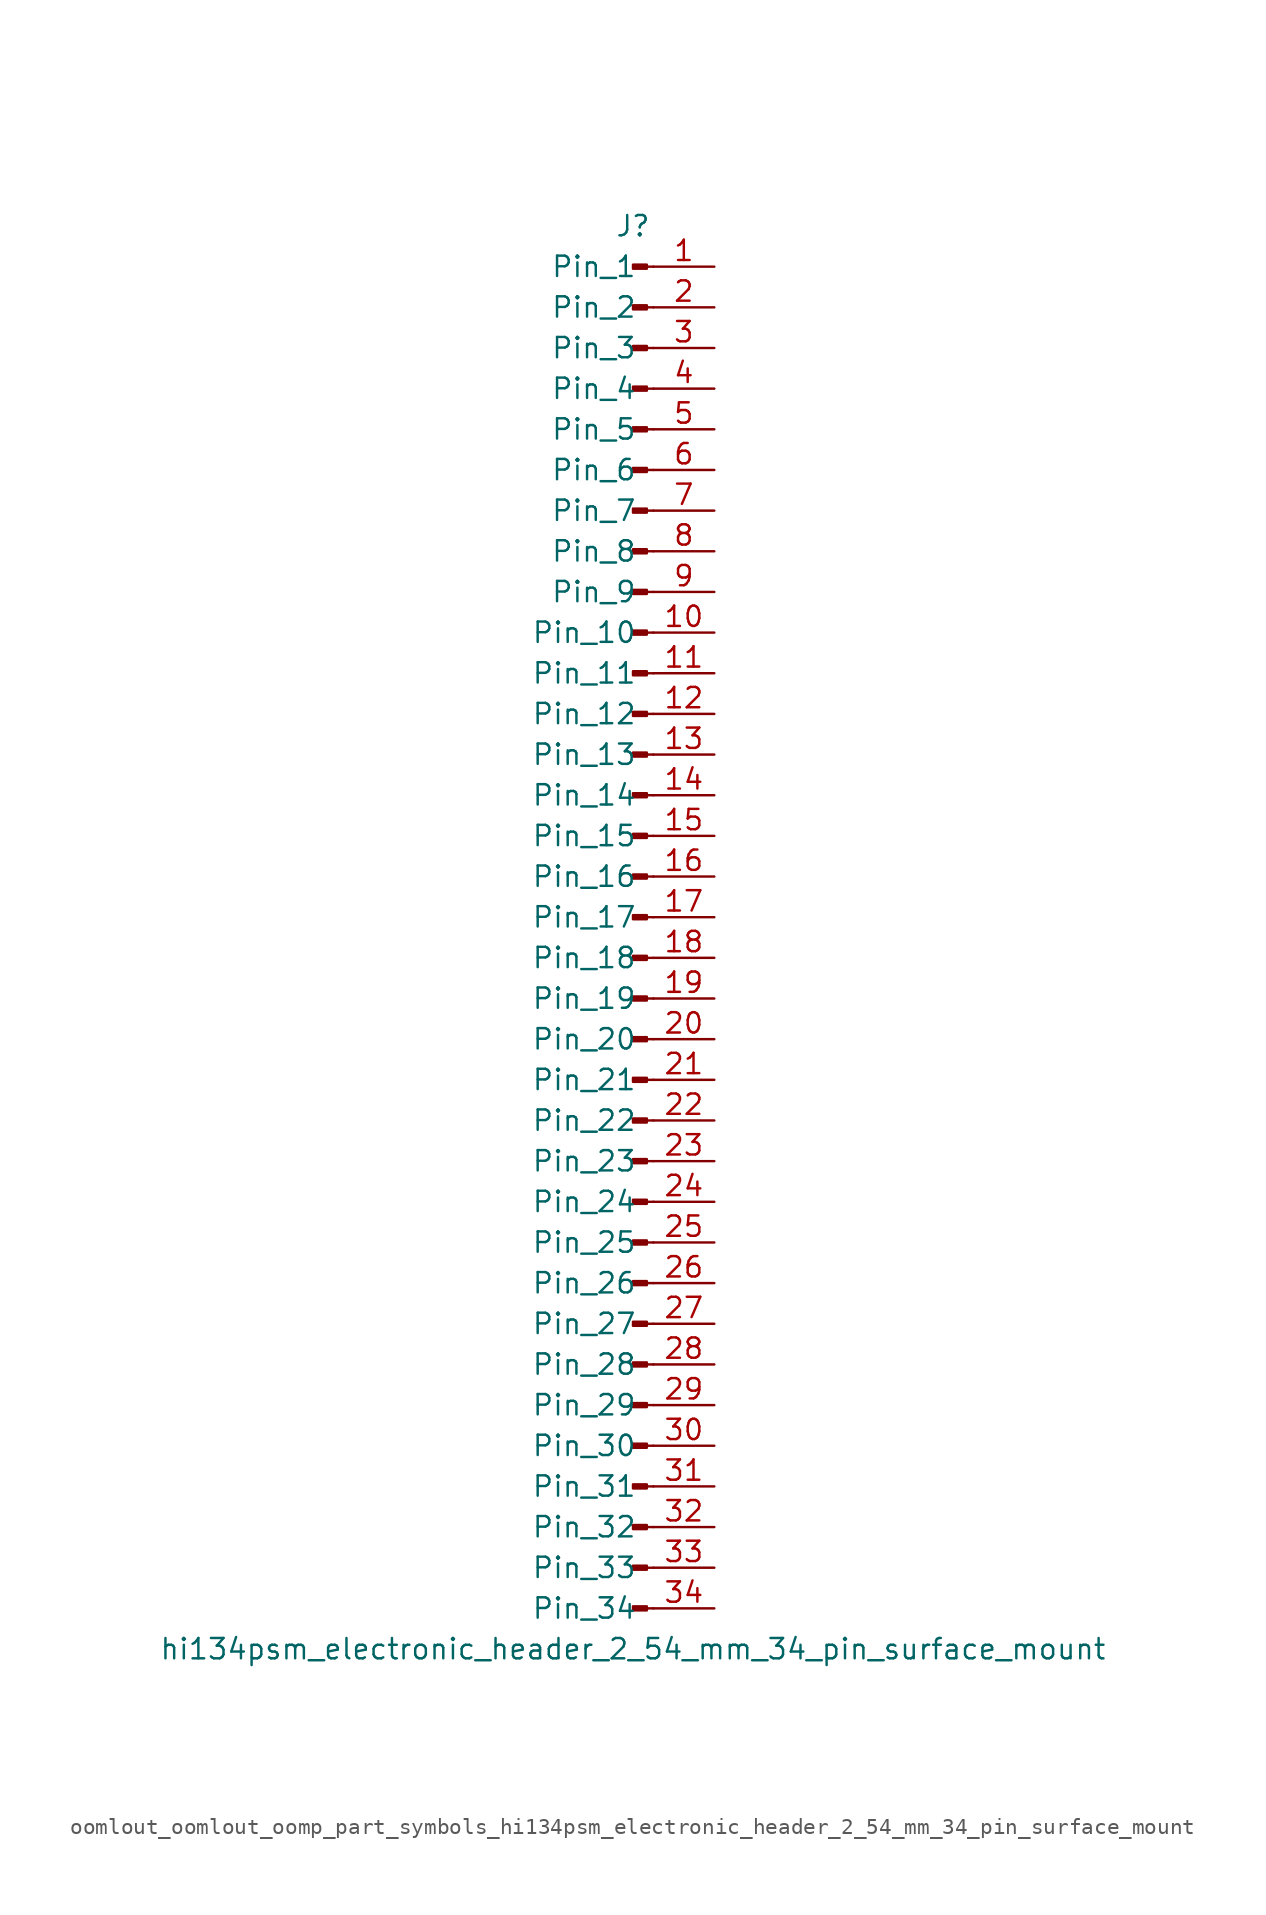
<source format=kicad_sym>
(kicad_symbol_lib
  (version 20220914)
  (generator kicad_symbol_editor)
  (symbol "oomlout_oomlout_oomp_part_symbols_hi134psm_electronic_header_2_54_mm_34_pin_surface_mount"
    (pin_names
      (offset 1.016))
    (property "Reference" "J"
      (at 0 43.18 0)
      (effects (font (size 1.27 1.27))))
    (property "Value" "hi134psm_electronic_header_2_54_mm_34_pin_surface_mount"
      (at 0 -45.72 0)
      (effects (font (size 1.27 1.27))))
    (property "ki_locked" ""
      (at 0 0 0)
      (effects (font (size 1.27 1.27))))
    (symbol "oomlout_oomlout_oomp_part_symbols_hi134psm_electronic_header_2_54_mm_34_pin_surface_mount_1_1"
      (polyline (pts (xy 1.27 -43.18) (xy 0.864 -43.18)) (stroke (width 0.152) (type default)) (fill (type none)))
      (polyline (pts (xy 1.27 -40.64) (xy 0.864 -40.64)) (stroke (width 0.152) (type default)) (fill (type none)))
      (polyline (pts (xy 1.27 -38.1) (xy 0.864 -38.1)) (stroke (width 0.152) (type default)) (fill (type none)))
      (polyline (pts (xy 1.27 -35.56) (xy 0.864 -35.56)) (stroke (width 0.152) (type default)) (fill (type none)))
      (polyline (pts (xy 1.27 -33.02) (xy 0.864 -33.02)) (stroke (width 0.152) (type default)) (fill (type none)))
      (polyline (pts (xy 1.27 -30.48) (xy 0.864 -30.48)) (stroke (width 0.152) (type default)) (fill (type none)))
      (polyline (pts (xy 1.27 -27.94) (xy 0.864 -27.94)) (stroke (width 0.152) (type default)) (fill (type none)))
      (polyline (pts (xy 1.27 -25.4) (xy 0.864 -25.4)) (stroke (width 0.152) (type default)) (fill (type none)))
      (polyline (pts (xy 1.27 -22.86) (xy 0.864 -22.86)) (stroke (width 0.152) (type default)) (fill (type none)))
      (polyline (pts (xy 1.27 -20.32) (xy 0.864 -20.32)) (stroke (width 0.152) (type default)) (fill (type none)))
      (polyline (pts (xy 1.27 -17.78) (xy 0.864 -17.78)) (stroke (width 0.152) (type default)) (fill (type none)))
      (polyline (pts (xy 1.27 -15.24) (xy 0.864 -15.24)) (stroke (width 0.152) (type default)) (fill (type none)))
      (polyline (pts (xy 1.27 -12.7) (xy 0.864 -12.7)) (stroke (width 0.152) (type default)) (fill (type none)))
      (polyline (pts (xy 1.27 -10.16) (xy 0.864 -10.16)) (stroke (width 0.152) (type default)) (fill (type none)))
      (polyline (pts (xy 1.27 -7.62) (xy 0.864 -7.62)) (stroke (width 0.152) (type default)) (fill (type none)))
      (polyline (pts (xy 1.27 -5.08) (xy 0.864 -5.08)) (stroke (width 0.152) (type default)) (fill (type none)))
      (polyline (pts (xy 1.27 -2.54) (xy 0.864 -2.54)) (stroke (width 0.152) (type default)) (fill (type none)))
      (polyline (pts (xy 1.27 0) (xy 0.864 0)) (stroke (width 0.152) (type default)) (fill (type none)))
      (polyline (pts (xy 1.27 2.54) (xy 0.864 2.54)) (stroke (width 0.152) (type default)) (fill (type none)))
      (polyline (pts (xy 1.27 5.08) (xy 0.864 5.08)) (stroke (width 0.152) (type default)) (fill (type none)))
      (polyline (pts (xy 1.27 7.62) (xy 0.864 7.62)) (stroke (width 0.152) (type default)) (fill (type none)))
      (polyline (pts (xy 1.27 10.16) (xy 0.864 10.16)) (stroke (width 0.152) (type default)) (fill (type none)))
      (polyline (pts (xy 1.27 12.7) (xy 0.864 12.7)) (stroke (width 0.152) (type default)) (fill (type none)))
      (polyline (pts (xy 1.27 15.24) (xy 0.864 15.24)) (stroke (width 0.152) (type default)) (fill (type none)))
      (polyline (pts (xy 1.27 17.78) (xy 0.864 17.78)) (stroke (width 0.152) (type default)) (fill (type none)))
      (polyline (pts (xy 1.27 20.32) (xy 0.864 20.32)) (stroke (width 0.152) (type default)) (fill (type none)))
      (polyline (pts (xy 1.27 22.86) (xy 0.864 22.86)) (stroke (width 0.152) (type default)) (fill (type none)))
      (polyline (pts (xy 1.27 25.4) (xy 0.864 25.4)) (stroke (width 0.152) (type default)) (fill (type none)))
      (polyline (pts (xy 1.27 27.94) (xy 0.864 27.94)) (stroke (width 0.152) (type default)) (fill (type none)))
      (polyline (pts (xy 1.27 30.48) (xy 0.864 30.48)) (stroke (width 0.152) (type default)) (fill (type none)))
      (polyline (pts (xy 1.27 33.02) (xy 0.864 33.02)) (stroke (width 0.152) (type default)) (fill (type none)))
      (polyline (pts (xy 1.27 35.56) (xy 0.864 35.56)) (stroke (width 0.152) (type default)) (fill (type none)))
      (polyline (pts (xy 1.27 38.1) (xy 0.864 38.1)) (stroke (width 0.152) (type default)) (fill (type none)))
      (polyline (pts (xy 1.27 40.64) (xy 0.864 40.64)) (stroke (width 0.152) (type default)) (fill (type none)))
      (rectangle (start 0.864 -43.053) (end 0 -43.307) (stroke (width 0.152) (type default)) (fill (type outline)))
      (rectangle (start 0.864 -40.513) (end 0 -40.767) (stroke (width 0.152) (type default)) (fill (type outline)))
      (rectangle (start 0.864 -37.973) (end 0 -38.227) (stroke (width 0.152) (type default)) (fill (type outline)))
      (rectangle (start 0.864 -35.433) (end 0 -35.687) (stroke (width 0.152) (type default)) (fill (type outline)))
      (rectangle (start 0.864 -32.893) (end 0 -33.147) (stroke (width 0.152) (type default)) (fill (type outline)))
      (rectangle (start 0.864 -30.353) (end 0 -30.607) (stroke (width 0.152) (type default)) (fill (type outline)))
      (rectangle (start 0.864 -27.813) (end 0 -28.067) (stroke (width 0.152) (type default)) (fill (type outline)))
      (rectangle (start 0.864 -25.273) (end 0 -25.527) (stroke (width 0.152) (type default)) (fill (type outline)))
      (rectangle (start 0.864 -22.733) (end 0 -22.987) (stroke (width 0.152) (type default)) (fill (type outline)))
      (rectangle (start 0.864 -20.193) (end 0 -20.447) (stroke (width 0.152) (type default)) (fill (type outline)))
      (rectangle (start 0.864 -17.653) (end 0 -17.907) (stroke (width 0.152) (type default)) (fill (type outline)))
      (rectangle (start 0.864 -15.113) (end 0 -15.367) (stroke (width 0.152) (type default)) (fill (type outline)))
      (rectangle (start 0.864 -12.573) (end 0 -12.827) (stroke (width 0.152) (type default)) (fill (type outline)))
      (rectangle (start 0.864 -10.033) (end 0 -10.287) (stroke (width 0.152) (type default)) (fill (type outline)))
      (rectangle (start 0.864 -7.493) (end 0 -7.747) (stroke (width 0.152) (type default)) (fill (type outline)))
      (rectangle (start 0.864 -4.953) (end 0 -5.207) (stroke (width 0.152) (type default)) (fill (type outline)))
      (rectangle (start 0.864 -2.413) (end 0 -2.667) (stroke (width 0.152) (type default)) (fill (type outline)))
      (rectangle (start 0.864 0.127) (end 0 -0.127) (stroke (width 0.152) (type default)) (fill (type outline)))
      (rectangle (start 0.864 2.667) (end 0 2.413) (stroke (width 0.152) (type default)) (fill (type outline)))
      (rectangle (start 0.864 5.207) (end 0 4.953) (stroke (width 0.152) (type default)) (fill (type outline)))
      (rectangle (start 0.864 7.747) (end 0 7.493) (stroke (width 0.152) (type default)) (fill (type outline)))
      (rectangle (start 0.864 10.287) (end 0 10.033) (stroke (width 0.152) (type default)) (fill (type outline)))
      (rectangle (start 0.864 12.827) (end 0 12.573) (stroke (width 0.152) (type default)) (fill (type outline)))
      (rectangle (start 0.864 15.367) (end 0 15.113) (stroke (width 0.152) (type default)) (fill (type outline)))
      (rectangle (start 0.864 17.907) (end 0 17.653) (stroke (width 0.152) (type default)) (fill (type outline)))
      (rectangle (start 0.864 20.447) (end 0 20.193) (stroke (width 0.152) (type default)) (fill (type outline)))
      (rectangle (start 0.864 22.987) (end 0 22.733) (stroke (width 0.152) (type default)) (fill (type outline)))
      (rectangle (start 0.864 25.527) (end 0 25.273) (stroke (width 0.152) (type default)) (fill (type outline)))
      (rectangle (start 0.864 28.067) (end 0 27.813) (stroke (width 0.152) (type default)) (fill (type outline)))
      (rectangle (start 0.864 30.607) (end 0 30.353) (stroke (width 0.152) (type default)) (fill (type outline)))
      (rectangle (start 0.864 33.147) (end 0 32.893) (stroke (width 0.152) (type default)) (fill (type outline)))
      (rectangle (start 0.864 35.687) (end 0 35.433) (stroke (width 0.152) (type default)) (fill (type outline)))
      (rectangle (start 0.864 38.227) (end 0 37.973) (stroke (width 0.152) (type default)) (fill (type outline)))
      (rectangle (start 0.864 40.767) (end 0 40.513) (stroke (width 0.152) (type default)) (fill (type outline)))
      (pin passive line (at 5.08 40.64 180) (length 3.81) (name "Pin_1" (effects (font (size 1.27 1.27)))) (number "1" (effects (font (size 1.27 1.27)))))
      (pin passive line (at 5.08 17.78 180) (length 3.81) (name "Pin_10" (effects (font (size 1.27 1.27)))) (number "10" (effects (font (size 1.27 1.27)))))
      (pin passive line (at 5.08 15.24 180) (length 3.81) (name "Pin_11" (effects (font (size 1.27 1.27)))) (number "11" (effects (font (size 1.27 1.27)))))
      (pin passive line (at 5.08 12.7 180) (length 3.81) (name "Pin_12" (effects (font (size 1.27 1.27)))) (number "12" (effects (font (size 1.27 1.27)))))
      (pin passive line (at 5.08 10.16 180) (length 3.81) (name "Pin_13" (effects (font (size 1.27 1.27)))) (number "13" (effects (font (size 1.27 1.27)))))
      (pin passive line (at 5.08 7.62 180) (length 3.81) (name "Pin_14" (effects (font (size 1.27 1.27)))) (number "14" (effects (font (size 1.27 1.27)))))
      (pin passive line (at 5.08 5.08 180) (length 3.81) (name "Pin_15" (effects (font (size 1.27 1.27)))) (number "15" (effects (font (size 1.27 1.27)))))
      (pin passive line (at 5.08 2.54 180) (length 3.81) (name "Pin_16" (effects (font (size 1.27 1.27)))) (number "16" (effects (font (size 1.27 1.27)))))
      (pin passive line (at 5.08 0 180) (length 3.81) (name "Pin_17" (effects (font (size 1.27 1.27)))) (number "17" (effects (font (size 1.27 1.27)))))
      (pin passive line (at 5.08 -2.54 180) (length 3.81) (name "Pin_18" (effects (font (size 1.27 1.27)))) (number "18" (effects (font (size 1.27 1.27)))))
      (pin passive line (at 5.08 -5.08 180) (length 3.81) (name "Pin_19" (effects (font (size 1.27 1.27)))) (number "19" (effects (font (size 1.27 1.27)))))
      (pin passive line (at 5.08 38.1 180) (length 3.81) (name "Pin_2" (effects (font (size 1.27 1.27)))) (number "2" (effects (font (size 1.27 1.27)))))
      (pin passive line (at 5.08 -7.62 180) (length 3.81) (name "Pin_20" (effects (font (size 1.27 1.27)))) (number "20" (effects (font (size 1.27 1.27)))))
      (pin passive line (at 5.08 -10.16 180) (length 3.81) (name "Pin_21" (effects (font (size 1.27 1.27)))) (number "21" (effects (font (size 1.27 1.27)))))
      (pin passive line (at 5.08 -12.7 180) (length 3.81) (name "Pin_22" (effects (font (size 1.27 1.27)))) (number "22" (effects (font (size 1.27 1.27)))))
      (pin passive line (at 5.08 -15.24 180) (length 3.81) (name "Pin_23" (effects (font (size 1.27 1.27)))) (number "23" (effects (font (size 1.27 1.27)))))
      (pin passive line (at 5.08 -17.78 180) (length 3.81) (name "Pin_24" (effects (font (size 1.27 1.27)))) (number "24" (effects (font (size 1.27 1.27)))))
      (pin passive line (at 5.08 -20.32 180) (length 3.81) (name "Pin_25" (effects (font (size 1.27 1.27)))) (number "25" (effects (font (size 1.27 1.27)))))
      (pin passive line (at 5.08 -22.86 180) (length 3.81) (name "Pin_26" (effects (font (size 1.27 1.27)))) (number "26" (effects (font (size 1.27 1.27)))))
      (pin passive line (at 5.08 -25.4 180) (length 3.81) (name "Pin_27" (effects (font (size 1.27 1.27)))) (number "27" (effects (font (size 1.27 1.27)))))
      (pin passive line (at 5.08 -27.94 180) (length 3.81) (name "Pin_28" (effects (font (size 1.27 1.27)))) (number "28" (effects (font (size 1.27 1.27)))))
      (pin passive line (at 5.08 -30.48 180) (length 3.81) (name "Pin_29" (effects (font (size 1.27 1.27)))) (number "29" (effects (font (size 1.27 1.27)))))
      (pin passive line (at 5.08 35.56 180) (length 3.81) (name "Pin_3" (effects (font (size 1.27 1.27)))) (number "3" (effects (font (size 1.27 1.27)))))
      (pin passive line (at 5.08 -33.02 180) (length 3.81) (name "Pin_30" (effects (font (size 1.27 1.27)))) (number "30" (effects (font (size 1.27 1.27)))))
      (pin passive line (at 5.08 -35.56 180) (length 3.81) (name "Pin_31" (effects (font (size 1.27 1.27)))) (number "31" (effects (font (size 1.27 1.27)))))
      (pin passive line (at 5.08 -38.1 180) (length 3.81) (name "Pin_32" (effects (font (size 1.27 1.27)))) (number "32" (effects (font (size 1.27 1.27)))))
      (pin passive line (at 5.08 -40.64 180) (length 3.81) (name "Pin_33" (effects (font (size 1.27 1.27)))) (number "33" (effects (font (size 1.27 1.27)))))
      (pin passive line (at 5.08 -43.18 180) (length 3.81) (name "Pin_34" (effects (font (size 1.27 1.27)))) (number "34" (effects (font (size 1.27 1.27)))))
      (pin passive line (at 5.08 33.02 180) (length 3.81) (name "Pin_4" (effects (font (size 1.27 1.27)))) (number "4" (effects (font (size 1.27 1.27)))))
      (pin passive line (at 5.08 30.48 180) (length 3.81) (name "Pin_5" (effects (font (size 1.27 1.27)))) (number "5" (effects (font (size 1.27 1.27)))))
      (pin passive line (at 5.08 27.94 180) (length 3.81) (name "Pin_6" (effects (font (size 1.27 1.27)))) (number "6" (effects (font (size 1.27 1.27)))))
      (pin passive line (at 5.08 25.4 180) (length 3.81) (name "Pin_7" (effects (font (size 1.27 1.27)))) (number "7" (effects (font (size 1.27 1.27)))))
      (pin passive line (at 5.08 22.86 180) (length 3.81) (name "Pin_8" (effects (font (size 1.27 1.27)))) (number "8" (effects (font (size 1.27 1.27)))))
      (pin passive line (at 5.08 20.32 180) (length 3.81) (name "Pin_9" (effects (font (size 1.27 1.27)))) (number "9" (effects (font (size 1.27 1.27))))))))
</source>
